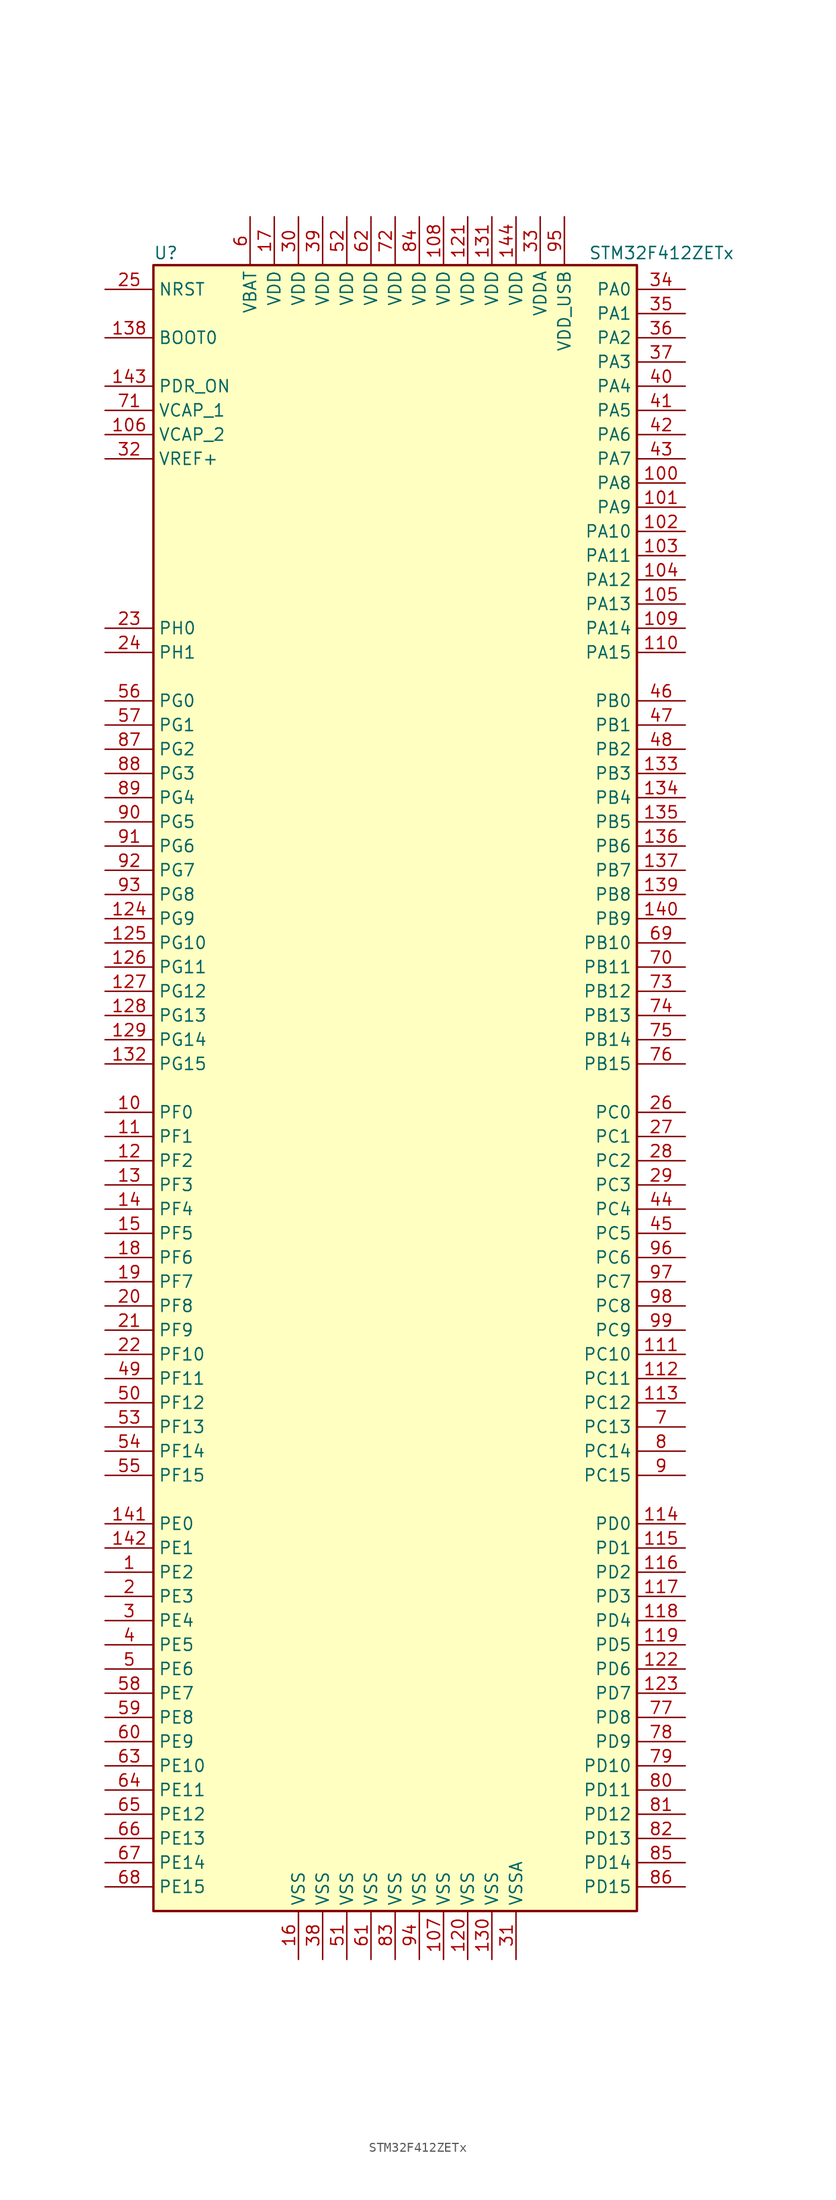
<source format=kicad_sym>
(kicad_symbol_lib
  (version 20201005)
  (generator kicad_symbol_editor)
  (symbol "MCU_ST_STM32F4:STM32F412ZETx"
    (property "Reference" "U"
      (at -25.4 87.63 0)
      (effects (font (size 1.27 1.27)) (justify left)))
    (property "Value" "STM32F412ZETx"
      (at 20.32 87.63 0)
      (effects (font (size 1.27 1.27)) (justify left)))
    (symbol "STM32F412ZETx_0_1"
      (rectangle (start -25.4 -86.36) (end 25.4 86.36) (stroke (width 0.254)) (fill (type background))))
    (symbol "STM32F412ZETx_1_1"
      (pin input line (at -30.48 78.74 0) (length 5.08) (name "BOOT0" (effects (font (size 1.27 1.27)))) (number "138" (effects (font (size 1.27 1.27)))))
      (pin input line (at -30.48 83.82 0) (length 5.08) (name "NRST" (effects (font (size 1.27 1.27)))) (number "25" (effects (font (size 1.27 1.27)))))
      (pin bidirectional line (at 30.48 83.82 180) (length 5.08) (name "PA0" (effects (font (size 1.27 1.27)))) (number "34" (effects (font (size 1.27 1.27)))))
      (pin bidirectional line (at 30.48 81.28 180) (length 5.08) (name "PA1" (effects (font (size 1.27 1.27)))) (number "35" (effects (font (size 1.27 1.27)))))
      (pin bidirectional line (at 30.48 58.42 180) (length 5.08) (name "PA10" (effects (font (size 1.27 1.27)))) (number "102" (effects (font (size 1.27 1.27)))))
      (pin bidirectional line (at 30.48 55.88 180) (length 5.08) (name "PA11" (effects (font (size 1.27 1.27)))) (number "103" (effects (font (size 1.27 1.27)))))
      (pin bidirectional line (at 30.48 53.34 180) (length 5.08) (name "PA12" (effects (font (size 1.27 1.27)))) (number "104" (effects (font (size 1.27 1.27)))))
      (pin bidirectional line (at 30.48 50.8 180) (length 5.08) (name "PA13" (effects (font (size 1.27 1.27)))) (number "105" (effects (font (size 1.27 1.27)))))
      (pin bidirectional line (at 30.48 48.26 180) (length 5.08) (name "PA14" (effects (font (size 1.27 1.27)))) (number "109" (effects (font (size 1.27 1.27)))))
      (pin bidirectional line (at 30.48 45.72 180) (length 5.08) (name "PA15" (effects (font (size 1.27 1.27)))) (number "110" (effects (font (size 1.27 1.27)))))
      (pin bidirectional line (at 30.48 78.74 180) (length 5.08) (name "PA2" (effects (font (size 1.27 1.27)))) (number "36" (effects (font (size 1.27 1.27)))))
      (pin bidirectional line (at 30.48 76.2 180) (length 5.08) (name "PA3" (effects (font (size 1.27 1.27)))) (number "37" (effects (font (size 1.27 1.27)))))
      (pin bidirectional line (at 30.48 73.66 180) (length 5.08) (name "PA4" (effects (font (size 1.27 1.27)))) (number "40" (effects (font (size 1.27 1.27)))))
      (pin bidirectional line (at 30.48 71.12 180) (length 5.08) (name "PA5" (effects (font (size 1.27 1.27)))) (number "41" (effects (font (size 1.27 1.27)))))
      (pin bidirectional line (at 30.48 68.58 180) (length 5.08) (name "PA6" (effects (font (size 1.27 1.27)))) (number "42" (effects (font (size 1.27 1.27)))))
      (pin bidirectional line (at 30.48 66.04 180) (length 5.08) (name "PA7" (effects (font (size 1.27 1.27)))) (number "43" (effects (font (size 1.27 1.27)))))
      (pin bidirectional line (at 30.48 63.5 180) (length 5.08) (name "PA8" (effects (font (size 1.27 1.27)))) (number "100" (effects (font (size 1.27 1.27)))))
      (pin bidirectional line (at 30.48 60.96 180) (length 5.08) (name "PA9" (effects (font (size 1.27 1.27)))) (number "101" (effects (font (size 1.27 1.27)))))
      (pin bidirectional line (at 30.48 40.64 180) (length 5.08) (name "PB0" (effects (font (size 1.27 1.27)))) (number "46" (effects (font (size 1.27 1.27)))))
      (pin bidirectional line (at 30.48 38.1 180) (length 5.08) (name "PB1" (effects (font (size 1.27 1.27)))) (number "47" (effects (font (size 1.27 1.27)))))
      (pin bidirectional line (at 30.48 15.24 180) (length 5.08) (name "PB10" (effects (font (size 1.27 1.27)))) (number "69" (effects (font (size 1.27 1.27)))))
      (pin bidirectional line (at 30.48 12.7 180) (length 5.08) (name "PB11" (effects (font (size 1.27 1.27)))) (number "70" (effects (font (size 1.27 1.27)))))
      (pin bidirectional line (at 30.48 10.16 180) (length 5.08) (name "PB12" (effects (font (size 1.27 1.27)))) (number "73" (effects (font (size 1.27 1.27)))))
      (pin bidirectional line (at 30.48 7.62 180) (length 5.08) (name "PB13" (effects (font (size 1.27 1.27)))) (number "74" (effects (font (size 1.27 1.27)))))
      (pin bidirectional line (at 30.48 5.08 180) (length 5.08) (name "PB14" (effects (font (size 1.27 1.27)))) (number "75" (effects (font (size 1.27 1.27)))))
      (pin bidirectional line (at 30.48 2.54 180) (length 5.08) (name "PB15" (effects (font (size 1.27 1.27)))) (number "76" (effects (font (size 1.27 1.27)))))
      (pin bidirectional line (at 30.48 35.56 180) (length 5.08) (name "PB2" (effects (font (size 1.27 1.27)))) (number "48" (effects (font (size 1.27 1.27)))))
      (pin bidirectional line (at 30.48 33.02 180) (length 5.08) (name "PB3" (effects (font (size 1.27 1.27)))) (number "133" (effects (font (size 1.27 1.27)))))
      (pin bidirectional line (at 30.48 30.48 180) (length 5.08) (name "PB4" (effects (font (size 1.27 1.27)))) (number "134" (effects (font (size 1.27 1.27)))))
      (pin bidirectional line (at 30.48 27.94 180) (length 5.08) (name "PB5" (effects (font (size 1.27 1.27)))) (number "135" (effects (font (size 1.27 1.27)))))
      (pin bidirectional line (at 30.48 25.4 180) (length 5.08) (name "PB6" (effects (font (size 1.27 1.27)))) (number "136" (effects (font (size 1.27 1.27)))))
      (pin bidirectional line (at 30.48 22.86 180) (length 5.08) (name "PB7" (effects (font (size 1.27 1.27)))) (number "137" (effects (font (size 1.27 1.27)))))
      (pin bidirectional line (at 30.48 20.32 180) (length 5.08) (name "PB8" (effects (font (size 1.27 1.27)))) (number "139" (effects (font (size 1.27 1.27)))))
      (pin bidirectional line (at 30.48 17.78 180) (length 5.08) (name "PB9" (effects (font (size 1.27 1.27)))) (number "140" (effects (font (size 1.27 1.27)))))
      (pin bidirectional line (at 30.48 -2.54 180) (length 5.08) (name "PC0" (effects (font (size 1.27 1.27)))) (number "26" (effects (font (size 1.27 1.27)))))
      (pin bidirectional line (at 30.48 -5.08 180) (length 5.08) (name "PC1" (effects (font (size 1.27 1.27)))) (number "27" (effects (font (size 1.27 1.27)))))
      (pin bidirectional line (at 30.48 -27.94 180) (length 5.08) (name "PC10" (effects (font (size 1.27 1.27)))) (number "111" (effects (font (size 1.27 1.27)))))
      (pin bidirectional line (at 30.48 -30.48 180) (length 5.08) (name "PC11" (effects (font (size 1.27 1.27)))) (number "112" (effects (font (size 1.27 1.27)))))
      (pin bidirectional line (at 30.48 -33.02 180) (length 5.08) (name "PC12" (effects (font (size 1.27 1.27)))) (number "113" (effects (font (size 1.27 1.27)))))
      (pin bidirectional line (at 30.48 -35.56 180) (length 5.08) (name "PC13" (effects (font (size 1.27 1.27)))) (number "7" (effects (font (size 1.27 1.27)))))
      (pin bidirectional line (at 30.48 -38.1 180) (length 5.08) (name "PC14" (effects (font (size 1.27 1.27)))) (number "8" (effects (font (size 1.27 1.27)))))
      (pin bidirectional line (at 30.48 -40.64 180) (length 5.08) (name "PC15" (effects (font (size 1.27 1.27)))) (number "9" (effects (font (size 1.27 1.27)))))
      (pin bidirectional line (at 30.48 -7.62 180) (length 5.08) (name "PC2" (effects (font (size 1.27 1.27)))) (number "28" (effects (font (size 1.27 1.27)))))
      (pin bidirectional line (at 30.48 -10.16 180) (length 5.08) (name "PC3" (effects (font (size 1.27 1.27)))) (number "29" (effects (font (size 1.27 1.27)))))
      (pin bidirectional line (at 30.48 -12.7 180) (length 5.08) (name "PC4" (effects (font (size 1.27 1.27)))) (number "44" (effects (font (size 1.27 1.27)))))
      (pin bidirectional line (at 30.48 -15.24 180) (length 5.08) (name "PC5" (effects (font (size 1.27 1.27)))) (number "45" (effects (font (size 1.27 1.27)))))
      (pin bidirectional line (at 30.48 -17.78 180) (length 5.08) (name "PC6" (effects (font (size 1.27 1.27)))) (number "96" (effects (font (size 1.27 1.27)))))
      (pin bidirectional line (at 30.48 -20.32 180) (length 5.08) (name "PC7" (effects (font (size 1.27 1.27)))) (number "97" (effects (font (size 1.27 1.27)))))
      (pin bidirectional line (at 30.48 -22.86 180) (length 5.08) (name "PC8" (effects (font (size 1.27 1.27)))) (number "98" (effects (font (size 1.27 1.27)))))
      (pin bidirectional line (at 30.48 -25.4 180) (length 5.08) (name "PC9" (effects (font (size 1.27 1.27)))) (number "99" (effects (font (size 1.27 1.27)))))
      (pin bidirectional line (at 30.48 -45.72 180) (length 5.08) (name "PD0" (effects (font (size 1.27 1.27)))) (number "114" (effects (font (size 1.27 1.27)))))
      (pin bidirectional line (at 30.48 -48.26 180) (length 5.08) (name "PD1" (effects (font (size 1.27 1.27)))) (number "115" (effects (font (size 1.27 1.27)))))
      (pin bidirectional line (at 30.48 -71.12 180) (length 5.08) (name "PD10" (effects (font (size 1.27 1.27)))) (number "79" (effects (font (size 1.27 1.27)))))
      (pin bidirectional line (at 30.48 -73.66 180) (length 5.08) (name "PD11" (effects (font (size 1.27 1.27)))) (number "80" (effects (font (size 1.27 1.27)))))
      (pin bidirectional line (at 30.48 -76.2 180) (length 5.08) (name "PD12" (effects (font (size 1.27 1.27)))) (number "81" (effects (font (size 1.27 1.27)))))
      (pin bidirectional line (at 30.48 -78.74 180) (length 5.08) (name "PD13" (effects (font (size 1.27 1.27)))) (number "82" (effects (font (size 1.27 1.27)))))
      (pin bidirectional line (at 30.48 -81.28 180) (length 5.08) (name "PD14" (effects (font (size 1.27 1.27)))) (number "85" (effects (font (size 1.27 1.27)))))
      (pin bidirectional line (at 30.48 -83.82 180) (length 5.08) (name "PD15" (effects (font (size 1.27 1.27)))) (number "86" (effects (font (size 1.27 1.27)))))
      (pin bidirectional line (at 30.48 -50.8 180) (length 5.08) (name "PD2" (effects (font (size 1.27 1.27)))) (number "116" (effects (font (size 1.27 1.27)))))
      (pin bidirectional line (at 30.48 -53.34 180) (length 5.08) (name "PD3" (effects (font (size 1.27 1.27)))) (number "117" (effects (font (size 1.27 1.27)))))
      (pin bidirectional line (at 30.48 -55.88 180) (length 5.08) (name "PD4" (effects (font (size 1.27 1.27)))) (number "118" (effects (font (size 1.27 1.27)))))
      (pin bidirectional line (at 30.48 -58.42 180) (length 5.08) (name "PD5" (effects (font (size 1.27 1.27)))) (number "119" (effects (font (size 1.27 1.27)))))
      (pin bidirectional line (at 30.48 -60.96 180) (length 5.08) (name "PD6" (effects (font (size 1.27 1.27)))) (number "122" (effects (font (size 1.27 1.27)))))
      (pin bidirectional line (at 30.48 -63.5 180) (length 5.08) (name "PD7" (effects (font (size 1.27 1.27)))) (number "123" (effects (font (size 1.27 1.27)))))
      (pin bidirectional line (at 30.48 -66.04 180) (length 5.08) (name "PD8" (effects (font (size 1.27 1.27)))) (number "77" (effects (font (size 1.27 1.27)))))
      (pin bidirectional line (at 30.48 -68.58 180) (length 5.08) (name "PD9" (effects (font (size 1.27 1.27)))) (number "78" (effects (font (size 1.27 1.27)))))
      (pin power_in line (at -30.48 73.66 0) (length 5.08) (name "PDR_ON" (effects (font (size 1.27 1.27)))) (number "143" (effects (font (size 1.27 1.27)))))
      (pin bidirectional line (at -30.48 -45.72 0) (length 5.08) (name "PE0" (effects (font (size 1.27 1.27)))) (number "141" (effects (font (size 1.27 1.27)))))
      (pin bidirectional line (at -30.48 -48.26 0) (length 5.08) (name "PE1" (effects (font (size 1.27 1.27)))) (number "142" (effects (font (size 1.27 1.27)))))
      (pin bidirectional line (at -30.48 -71.12 0) (length 5.08) (name "PE10" (effects (font (size 1.27 1.27)))) (number "63" (effects (font (size 1.27 1.27)))))
      (pin bidirectional line (at -30.48 -73.66 0) (length 5.08) (name "PE11" (effects (font (size 1.27 1.27)))) (number "64" (effects (font (size 1.27 1.27)))))
      (pin bidirectional line (at -30.48 -76.2 0) (length 5.08) (name "PE12" (effects (font (size 1.27 1.27)))) (number "65" (effects (font (size 1.27 1.27)))))
      (pin bidirectional line (at -30.48 -78.74 0) (length 5.08) (name "PE13" (effects (font (size 1.27 1.27)))) (number "66" (effects (font (size 1.27 1.27)))))
      (pin bidirectional line (at -30.48 -81.28 0) (length 5.08) (name "PE14" (effects (font (size 1.27 1.27)))) (number "67" (effects (font (size 1.27 1.27)))))
      (pin bidirectional line (at -30.48 -83.82 0) (length 5.08) (name "PE15" (effects (font (size 1.27 1.27)))) (number "68" (effects (font (size 1.27 1.27)))))
      (pin bidirectional line (at -30.48 -50.8 0) (length 5.08) (name "PE2" (effects (font (size 1.27 1.27)))) (number "1" (effects (font (size 1.27 1.27)))))
      (pin bidirectional line (at -30.48 -53.34 0) (length 5.08) (name "PE3" (effects (font (size 1.27 1.27)))) (number "2" (effects (font (size 1.27 1.27)))))
      (pin bidirectional line (at -30.48 -55.88 0) (length 5.08) (name "PE4" (effects (font (size 1.27 1.27)))) (number "3" (effects (font (size 1.27 1.27)))))
      (pin bidirectional line (at -30.48 -58.42 0) (length 5.08) (name "PE5" (effects (font (size 1.27 1.27)))) (number "4" (effects (font (size 1.27 1.27)))))
      (pin bidirectional line (at -30.48 -60.96 0) (length 5.08) (name "PE6" (effects (font (size 1.27 1.27)))) (number "5" (effects (font (size 1.27 1.27)))))
      (pin bidirectional line (at -30.48 -63.5 0) (length 5.08) (name "PE7" (effects (font (size 1.27 1.27)))) (number "58" (effects (font (size 1.27 1.27)))))
      (pin bidirectional line (at -30.48 -66.04 0) (length 5.08) (name "PE8" (effects (font (size 1.27 1.27)))) (number "59" (effects (font (size 1.27 1.27)))))
      (pin bidirectional line (at -30.48 -68.58 0) (length 5.08) (name "PE9" (effects (font (size 1.27 1.27)))) (number "60" (effects (font (size 1.27 1.27)))))
      (pin bidirectional line (at -30.48 -2.54 0) (length 5.08) (name "PF0" (effects (font (size 1.27 1.27)))) (number "10" (effects (font (size 1.27 1.27)))))
      (pin bidirectional line (at -30.48 -5.08 0) (length 5.08) (name "PF1" (effects (font (size 1.27 1.27)))) (number "11" (effects (font (size 1.27 1.27)))))
      (pin bidirectional line (at -30.48 -27.94 0) (length 5.08) (name "PF10" (effects (font (size 1.27 1.27)))) (number "22" (effects (font (size 1.27 1.27)))))
      (pin bidirectional line (at -30.48 -30.48 0) (length 5.08) (name "PF11" (effects (font (size 1.27 1.27)))) (number "49" (effects (font (size 1.27 1.27)))))
      (pin bidirectional line (at -30.48 -33.02 0) (length 5.08) (name "PF12" (effects (font (size 1.27 1.27)))) (number "50" (effects (font (size 1.27 1.27)))))
      (pin bidirectional line (at -30.48 -35.56 0) (length 5.08) (name "PF13" (effects (font (size 1.27 1.27)))) (number "53" (effects (font (size 1.27 1.27)))))
      (pin bidirectional line (at -30.48 -38.1 0) (length 5.08) (name "PF14" (effects (font (size 1.27 1.27)))) (number "54" (effects (font (size 1.27 1.27)))))
      (pin bidirectional line (at -30.48 -40.64 0) (length 5.08) (name "PF15" (effects (font (size 1.27 1.27)))) (number "55" (effects (font (size 1.27 1.27)))))
      (pin bidirectional line (at -30.48 -7.62 0) (length 5.08) (name "PF2" (effects (font (size 1.27 1.27)))) (number "12" (effects (font (size 1.27 1.27)))))
      (pin bidirectional line (at -30.48 -10.16 0) (length 5.08) (name "PF3" (effects (font (size 1.27 1.27)))) (number "13" (effects (font (size 1.27 1.27)))))
      (pin bidirectional line (at -30.48 -12.7 0) (length 5.08) (name "PF4" (effects (font (size 1.27 1.27)))) (number "14" (effects (font (size 1.27 1.27)))))
      (pin bidirectional line (at -30.48 -15.24 0) (length 5.08) (name "PF5" (effects (font (size 1.27 1.27)))) (number "15" (effects (font (size 1.27 1.27)))))
      (pin bidirectional line (at -30.48 -17.78 0) (length 5.08) (name "PF6" (effects (font (size 1.27 1.27)))) (number "18" (effects (font (size 1.27 1.27)))))
      (pin bidirectional line (at -30.48 -20.32 0) (length 5.08) (name "PF7" (effects (font (size 1.27 1.27)))) (number "19" (effects (font (size 1.27 1.27)))))
      (pin bidirectional line (at -30.48 -22.86 0) (length 5.08) (name "PF8" (effects (font (size 1.27 1.27)))) (number "20" (effects (font (size 1.27 1.27)))))
      (pin bidirectional line (at -30.48 -25.4 0) (length 5.08) (name "PF9" (effects (font (size 1.27 1.27)))) (number "21" (effects (font (size 1.27 1.27)))))
      (pin bidirectional line (at -30.48 40.64 0) (length 5.08) (name "PG0" (effects (font (size 1.27 1.27)))) (number "56" (effects (font (size 1.27 1.27)))))
      (pin bidirectional line (at -30.48 38.1 0) (length 5.08) (name "PG1" (effects (font (size 1.27 1.27)))) (number "57" (effects (font (size 1.27 1.27)))))
      (pin bidirectional line (at -30.48 15.24 0) (length 5.08) (name "PG10" (effects (font (size 1.27 1.27)))) (number "125" (effects (font (size 1.27 1.27)))))
      (pin bidirectional line (at -30.48 12.7 0) (length 5.08) (name "PG11" (effects (font (size 1.27 1.27)))) (number "126" (effects (font (size 1.27 1.27)))))
      (pin bidirectional line (at -30.48 10.16 0) (length 5.08) (name "PG12" (effects (font (size 1.27 1.27)))) (number "127" (effects (font (size 1.27 1.27)))))
      (pin bidirectional line (at -30.48 7.62 0) (length 5.08) (name "PG13" (effects (font (size 1.27 1.27)))) (number "128" (effects (font (size 1.27 1.27)))))
      (pin bidirectional line (at -30.48 5.08 0) (length 5.08) (name "PG14" (effects (font (size 1.27 1.27)))) (number "129" (effects (font (size 1.27 1.27)))))
      (pin bidirectional line (at -30.48 2.54 0) (length 5.08) (name "PG15" (effects (font (size 1.27 1.27)))) (number "132" (effects (font (size 1.27 1.27)))))
      (pin bidirectional line (at -30.48 35.56 0) (length 5.08) (name "PG2" (effects (font (size 1.27 1.27)))) (number "87" (effects (font (size 1.27 1.27)))))
      (pin bidirectional line (at -30.48 33.02 0) (length 5.08) (name "PG3" (effects (font (size 1.27 1.27)))) (number "88" (effects (font (size 1.27 1.27)))))
      (pin bidirectional line (at -30.48 30.48 0) (length 5.08) (name "PG4" (effects (font (size 1.27 1.27)))) (number "89" (effects (font (size 1.27 1.27)))))
      (pin bidirectional line (at -30.48 27.94 0) (length 5.08) (name "PG5" (effects (font (size 1.27 1.27)))) (number "90" (effects (font (size 1.27 1.27)))))
      (pin bidirectional line (at -30.48 25.4 0) (length 5.08) (name "PG6" (effects (font (size 1.27 1.27)))) (number "91" (effects (font (size 1.27 1.27)))))
      (pin bidirectional line (at -30.48 22.86 0) (length 5.08) (name "PG7" (effects (font (size 1.27 1.27)))) (number "92" (effects (font (size 1.27 1.27)))))
      (pin bidirectional line (at -30.48 20.32 0) (length 5.08) (name "PG8" (effects (font (size 1.27 1.27)))) (number "93" (effects (font (size 1.27 1.27)))))
      (pin bidirectional line (at -30.48 17.78 0) (length 5.08) (name "PG9" (effects (font (size 1.27 1.27)))) (number "124" (effects (font (size 1.27 1.27)))))
      (pin input line (at -30.48 48.26 0) (length 5.08) (name "PH0" (effects (font (size 1.27 1.27)))) (number "23" (effects (font (size 1.27 1.27)))))
      (pin input line (at -30.48 45.72 0) (length 5.08) (name "PH1" (effects (font (size 1.27 1.27)))) (number "24" (effects (font (size 1.27 1.27)))))
      (pin power_in line (at -15.24 91.44 270) (length 5.08) (name "VBAT" (effects (font (size 1.27 1.27)))) (number "6" (effects (font (size 1.27 1.27)))))
      (pin power_in line (at -30.48 71.12 0) (length 5.08) (name "VCAP_1" (effects (font (size 1.27 1.27)))) (number "71" (effects (font (size 1.27 1.27)))))
      (pin power_in line (at -30.48 68.58 0) (length 5.08) (name "VCAP_2" (effects (font (size 1.27 1.27)))) (number "106" (effects (font (size 1.27 1.27)))))
      (pin power_in line (at 5.08 91.44 270) (length 5.08) (name "VDD" (effects (font (size 1.27 1.27)))) (number "108" (effects (font (size 1.27 1.27)))))
      (pin power_in line (at 7.62 91.44 270) (length 5.08) (name "VDD" (effects (font (size 1.27 1.27)))) (number "121" (effects (font (size 1.27 1.27)))))
      (pin power_in line (at 10.16 91.44 270) (length 5.08) (name "VDD" (effects (font (size 1.27 1.27)))) (number "131" (effects (font (size 1.27 1.27)))))
      (pin power_in line (at 12.7 91.44 270) (length 5.08) (name "VDD" (effects (font (size 1.27 1.27)))) (number "144" (effects (font (size 1.27 1.27)))))
      (pin power_in line (at -12.7 91.44 270) (length 5.08) (name "VDD" (effects (font (size 1.27 1.27)))) (number "17" (effects (font (size 1.27 1.27)))))
      (pin power_in line (at -10.16 91.44 270) (length 5.08) (name "VDD" (effects (font (size 1.27 1.27)))) (number "30" (effects (font (size 1.27 1.27)))))
      (pin power_in line (at -7.62 91.44 270) (length 5.08) (name "VDD" (effects (font (size 1.27 1.27)))) (number "39" (effects (font (size 1.27 1.27)))))
      (pin power_in line (at -5.08 91.44 270) (length 5.08) (name "VDD" (effects (font (size 1.27 1.27)))) (number "52" (effects (font (size 1.27 1.27)))))
      (pin power_in line (at -2.54 91.44 270) (length 5.08) (name "VDD" (effects (font (size 1.27 1.27)))) (number "62" (effects (font (size 1.27 1.27)))))
      (pin power_in line (at 0 91.44 270) (length 5.08) (name "VDD" (effects (font (size 1.27 1.27)))) (number "72" (effects (font (size 1.27 1.27)))))
      (pin power_in line (at 2.54 91.44 270) (length 5.08) (name "VDD" (effects (font (size 1.27 1.27)))) (number "84" (effects (font (size 1.27 1.27)))))
      (pin power_in line (at 15.24 91.44 270) (length 5.08) (name "VDDA" (effects (font (size 1.27 1.27)))) (number "33" (effects (font (size 1.27 1.27)))))
      (pin power_in line (at 17.78 91.44 270) (length 5.08) (name "VDD_USB" (effects (font (size 1.27 1.27)))) (number "95" (effects (font (size 1.27 1.27)))))
      (pin power_in line (at -30.48 66.04 0) (length 5.08) (name "VREF+" (effects (font (size 1.27 1.27)))) (number "32" (effects (font (size 1.27 1.27)))))
      (pin power_in line (at 5.08 -91.44 90) (length 5.08) (name "VSS" (effects (font (size 1.27 1.27)))) (number "107" (effects (font (size 1.27 1.27)))))
      (pin power_in line (at 7.62 -91.44 90) (length 5.08) (name "VSS" (effects (font (size 1.27 1.27)))) (number "120" (effects (font (size 1.27 1.27)))))
      (pin power_in line (at 10.16 -91.44 90) (length 5.08) (name "VSS" (effects (font (size 1.27 1.27)))) (number "130" (effects (font (size 1.27 1.27)))))
      (pin power_in line (at -10.16 -91.44 90) (length 5.08) (name "VSS" (effects (font (size 1.27 1.27)))) (number "16" (effects (font (size 1.27 1.27)))))
      (pin power_in line (at -7.62 -91.44 90) (length 5.08) (name "VSS" (effects (font (size 1.27 1.27)))) (number "38" (effects (font (size 1.27 1.27)))))
      (pin power_in line (at -5.08 -91.44 90) (length 5.08) (name "VSS" (effects (font (size 1.27 1.27)))) (number "51" (effects (font (size 1.27 1.27)))))
      (pin power_in line (at -2.54 -91.44 90) (length 5.08) (name "VSS" (effects (font (size 1.27 1.27)))) (number "61" (effects (font (size 1.27 1.27)))))
      (pin power_in line (at 0 -91.44 90) (length 5.08) (name "VSS" (effects (font (size 1.27 1.27)))) (number "83" (effects (font (size 1.27 1.27)))))
      (pin power_in line (at 2.54 -91.44 90) (length 5.08) (name "VSS" (effects (font (size 1.27 1.27)))) (number "94" (effects (font (size 1.27 1.27)))))
      (pin power_in line (at 12.7 -91.44 90) (length 5.08) (name "VSSA" (effects (font (size 1.27 1.27)))) (number "31" (effects (font (size 1.27 1.27))))))))
</source>
